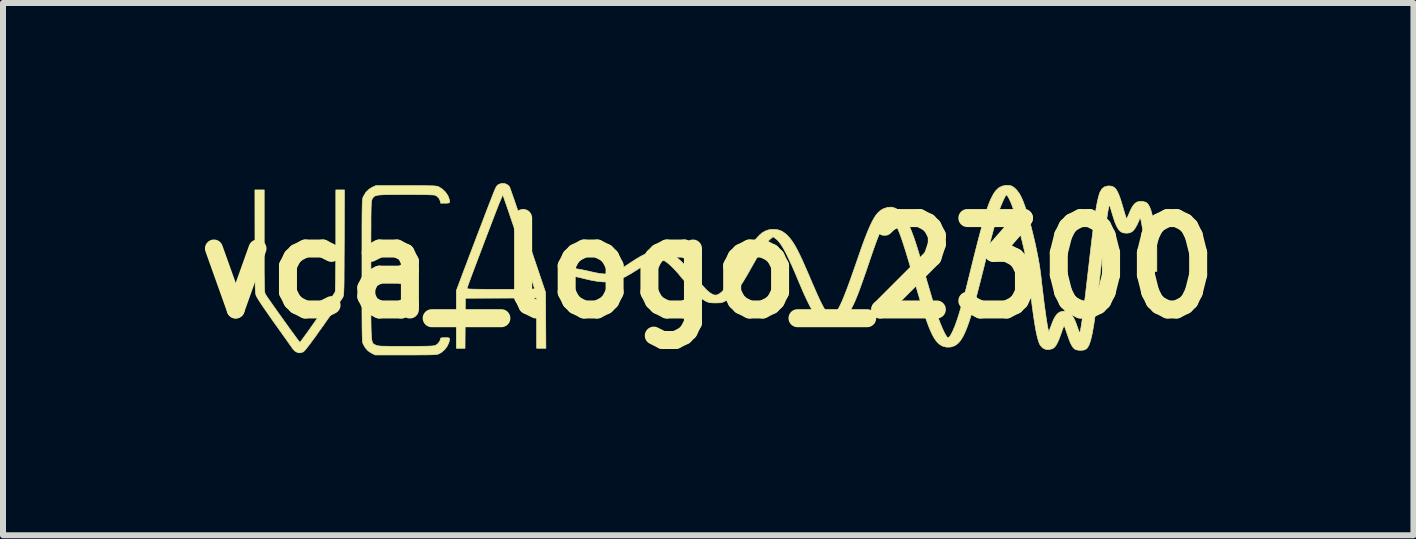
<source format=kicad_pcb>
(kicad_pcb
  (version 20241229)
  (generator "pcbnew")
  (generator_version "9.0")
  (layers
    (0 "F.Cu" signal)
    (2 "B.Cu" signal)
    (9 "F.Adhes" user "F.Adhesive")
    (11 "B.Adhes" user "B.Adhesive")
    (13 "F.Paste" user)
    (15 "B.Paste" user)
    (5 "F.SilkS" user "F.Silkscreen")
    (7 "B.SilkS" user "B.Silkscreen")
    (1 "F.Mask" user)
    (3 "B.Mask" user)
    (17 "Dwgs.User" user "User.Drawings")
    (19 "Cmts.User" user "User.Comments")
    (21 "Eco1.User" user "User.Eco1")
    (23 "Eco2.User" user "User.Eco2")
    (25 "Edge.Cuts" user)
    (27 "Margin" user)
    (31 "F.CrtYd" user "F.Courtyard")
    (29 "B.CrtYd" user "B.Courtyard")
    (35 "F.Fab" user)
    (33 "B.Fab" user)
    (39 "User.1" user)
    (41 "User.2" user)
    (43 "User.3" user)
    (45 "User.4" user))
  (footprint "vca_logo_2300"
    (layer "F.Cu")
    (at 8.752 1.418)
    (property "Reference" "vca_logo_2300" (at 0 0 0) (layer "F.SilkS") (effects (font (size 1.524 1.524) (thickness 0.3))))
    (attr through_hole)
    (fp_poly (pts (xy -3.356 -1.396) (xy -3.32 -1.367) (xy -3.309 -1.35) (xy -3.303 -1.335) (xy -3.291 -1.301) (xy -3.273 -1.249) (xy -3.249 -1.181) (xy -3.22 -1.098) (xy -3.188 -1.003) (xy -3.151 -0.896) (xy -3.112 -0.78) (xy -3.069 -0.656) (xy -3.025 -0.525) (xy -3.002 -0.458) (xy -2.711 0.403) (xy -2.708 0.87) (xy -2.705 1.336) (xy -2.86 1.336) (xy -2.86 0.497) (xy -4.047 0.502) (xy -4.05 0.919) (xy -4.053 1.336) (xy -4.197 1.336) (xy -4.197 0.374) (xy -4.184 0.34) (xy -4.02 0.34) (xy -4.015 0.343) (xy -4.001 0.346) (xy -3.976 0.348) (xy -3.938 0.35) (xy -3.886 0.351) (xy -3.819 0.352) (xy -3.734 0.353) (xy -3.631 0.353) (xy -3.508 0.353) (xy -3.457 0.353) (xy -3.347 0.353) (xy -3.245 0.353) (xy -3.152 0.352) (xy -3.07 0.351) (xy -3.001 0.35) (xy -2.948 0.349) (xy -2.911 0.347) (xy -2.894 0.346) (xy -2.893 0.345) (xy -2.897 0.333) (xy -2.907 0.302) (xy -2.922 0.254) (xy -2.943 0.191) (xy -2.968 0.116) (xy -2.997 0.029) (xy -3.029 -0.066) (xy -3.064 -0.168) (xy -3.1 -0.276) (xy -3.137 -0.386) (xy -3.175 -0.497) (xy -3.212 -0.607) (xy -3.248 -0.713) (xy -3.283 -0.815) (xy -3.315 -0.91) (xy -3.344 -0.995) (xy -3.37 -1.07) (xy -3.391 -1.131) (xy -3.407 -1.178) (xy -3.418 -1.207) (xy -3.422 -1.217) (xy -3.428 -1.209) (xy -3.44 -1.183) (xy -3.458 -1.14) (xy -3.482 -1.084) (xy -3.509 -1.016) (xy -3.539 -0.939) (xy -3.566 -0.869) (xy -3.626 -0.712) (xy -3.684 -0.561) (xy -3.739 -0.417) (xy -3.79 -0.281) (xy -3.838 -0.156) (xy -3.881 -0.041) (xy -3.919 0.06) (xy -3.952 0.148) (xy -3.979 0.221) (xy -3.999 0.278) (xy -4.013 0.317) (xy -4.019 0.337) (xy -4.02 0.34) (xy -4.184 0.34) (xy -4.093 0.096) (xy -4.063 0.016) (xy -4.026 -0.08) (xy -3.985 -0.19) (xy -3.939 -0.31) (xy -3.891 -0.437) (xy -3.842 -0.566) (xy -3.792 -0.696) (xy -3.744 -0.822) (xy -3.699 -0.941) (xy -3.657 -1.049) (xy -3.62 -1.144) (xy -3.59 -1.222) (xy -3.589 -1.224) (xy -3.565 -1.284) (xy -3.546 -1.328) (xy -3.531 -1.357) (xy -3.516 -1.376) (xy -3.502 -1.389) (xy -3.497 -1.392) (xy -3.45 -1.41) (xy -3.401 -1.411) (xy -3.356 -1.396)) (stroke (width 0.01) (type solid)) (fill yes) (layer "F.SilkS"))
    (fp_poly (pts (xy -7.399 -0.45) (xy -7.399 -0.293) (xy -7.399 -0.156) (xy -7.399 -0.038) (xy -7.399 0.062) (xy -7.398 0.146) (xy -7.397 0.216) (xy -7.397 0.273) (xy -7.395 0.318) (xy -7.394 0.353) (xy -7.392 0.38) (xy -7.39 0.4) (xy -7.387 0.414) (xy -7.384 0.425) (xy -7.381 0.433) (xy -7.377 0.44) (xy -7.362 0.462) (xy -7.338 0.498) (xy -7.304 0.546) (xy -7.264 0.603) (xy -7.218 0.668) (xy -7.169 0.738) (xy -7.117 0.81) (xy -7.064 0.884) (xy -7.012 0.956) (xy -6.963 1.025) (xy -6.917 1.087) (xy -6.878 1.141) (xy -6.845 1.186) (xy -6.821 1.217) (xy -6.808 1.234) (xy -6.805 1.237) (xy -6.796 1.228) (xy -6.777 1.203) (xy -6.748 1.164) (xy -6.711 1.113) (xy -6.668 1.054) (xy -6.62 0.986) (xy -6.569 0.914) (xy -6.516 0.839) (xy -6.463 0.763) (xy -6.412 0.689) (xy -6.363 0.618) (xy -6.319 0.553) (xy -6.281 0.497) (xy -6.25 0.45) (xy -6.229 0.417) (xy -6.218 0.397) (xy -6.217 0.395) (xy -6.215 0.378) (xy -6.213 0.34) (xy -6.212 0.283) (xy -6.21 0.208) (xy -6.209 0.117) (xy -6.208 0.011) (xy -6.207 -0.108) (xy -6.207 -0.239) (xy -6.206 -0.38) (xy -6.206 -0.472) (xy -6.206 -1.303) (xy -6.062 -1.303) (xy -6.065 -0.428) (xy -6.066 -0.268) (xy -6.067 -0.129) (xy -6.067 -0.009) (xy -6.068 0.093) (xy -6.068 0.18) (xy -6.069 0.251) (xy -6.07 0.31) (xy -6.072 0.357) (xy -6.073 0.394) (xy -6.075 0.423) (xy -6.077 0.444) (xy -6.08 0.46) (xy -6.083 0.472) (xy -6.087 0.481) (xy -6.09 0.489) (xy -6.101 0.506) (xy -6.124 0.539) (xy -6.156 0.587) (xy -6.197 0.646) (xy -6.245 0.715) (xy -6.3 0.793) (xy -6.359 0.876) (xy -6.415 0.957) (xy -6.489 1.059) (xy -6.55 1.146) (xy -6.602 1.216) (xy -6.644 1.273) (xy -6.678 1.317) (xy -6.704 1.35) (xy -6.725 1.374) (xy -6.74 1.389) (xy -6.752 1.397) (xy -6.755 1.398) (xy -6.795 1.411) (xy -6.829 1.41) (xy -6.866 1.396) (xy -6.896 1.375) (xy -6.92 1.349) (xy -6.92 1.349) (xy -6.93 1.334) (xy -6.952 1.303) (xy -6.984 1.258) (xy -7.024 1.201) (xy -7.072 1.134) (xy -7.125 1.059) (xy -7.183 0.978) (xy -7.227 0.917) (xy -7.302 0.81) (xy -7.368 0.715) (xy -7.425 0.633) (xy -7.47 0.565) (xy -7.504 0.512) (xy -7.525 0.475) (xy -7.534 0.458) (xy -7.537 0.447) (xy -7.54 0.433) (xy -7.543 0.416) (xy -7.545 0.393) (xy -7.547 0.364) (xy -7.549 0.326) (xy -7.55 0.279) (xy -7.551 0.22) (xy -7.552 0.148) (xy -7.552 0.062) (xy -7.553 -0.04) (xy -7.553 -0.16) (xy -7.553 -0.299) (xy -7.553 -0.45) (xy -7.554 -1.303) (xy -7.399 -1.303) (xy -7.399 -0.45)) (stroke (width 0.01) (type solid)) (fill yes) (layer "F.SilkS"))
    (fp_poly (pts (xy -4.916 -1.375) (xy -4.817 -1.375) (xy -4.736 -1.374) (xy -4.67 -1.373) (xy -4.619 -1.372) (xy -4.579 -1.371) (xy -4.549 -1.368) (xy -4.527 -1.366) (xy -4.511 -1.362) (xy -4.498 -1.358) (xy -4.491 -1.355) (xy -4.431 -1.317) (xy -4.378 -1.266) (xy -4.339 -1.208) (xy -4.329 -1.186) (xy -4.313 -1.139) (xy -4.307 -1.109) (xy -4.313 -1.092) (xy -4.333 -1.084) (xy -4.369 -1.082) (xy -4.383 -1.082) (xy -4.459 -1.082) (xy -4.466 -1.119) (xy -4.485 -1.162) (xy -4.523 -1.199) (xy -4.546 -1.213) (xy -4.562 -1.217) (xy -4.596 -1.22) (xy -4.648 -1.222) (xy -4.719 -1.224) (xy -4.81 -1.225) (xy -4.922 -1.226) (xy -5.038 -1.226) (xy -5.159 -1.226) (xy -5.259 -1.225) (xy -5.342 -1.225) (xy -5.408 -1.223) (xy -5.461 -1.22) (xy -5.501 -1.216) (xy -5.531 -1.21) (xy -5.553 -1.202) (xy -5.569 -1.192) (xy -5.582 -1.18) (xy -5.592 -1.165) (xy -5.601 -1.148) (xy -5.604 -1.141) (xy -5.607 -1.132) (xy -5.61 -1.121) (xy -5.612 -1.104) (xy -5.614 -1.083) (xy -5.615 -1.054) (xy -5.617 -1.017) (xy -5.618 -0.97) (xy -5.619 -0.913) (xy -5.62 -0.844) (xy -5.62 -0.761) (xy -5.62 -0.663) (xy -5.621 -0.55) (xy -5.621 -0.419) (xy -5.621 -0.27) (xy -5.621 -0.101) (xy -5.621 0.037) (xy -5.621 0.226) (xy -5.621 0.394) (xy -5.621 0.543) (xy -5.621 0.673) (xy -5.621 0.787) (xy -5.62 0.884) (xy -5.619 0.967) (xy -5.617 1.037) (xy -5.615 1.094) (xy -5.612 1.141) (xy -5.609 1.178) (xy -5.604 1.207) (xy -5.599 1.228) (xy -5.593 1.244) (xy -5.586 1.255) (xy -5.578 1.263) (xy -5.569 1.269) (xy -5.558 1.274) (xy -5.546 1.28) (xy -5.543 1.282) (xy -5.531 1.287) (xy -5.518 1.291) (xy -5.502 1.295) (xy -5.479 1.297) (xy -5.449 1.3) (xy -5.408 1.301) (xy -5.355 1.302) (xy -5.287 1.303) (xy -5.203 1.303) (xy -5.1 1.303) (xy -5.041 1.303) (xy -4.924 1.303) (xy -4.827 1.303) (xy -4.747 1.302) (xy -4.684 1.301) (xy -4.636 1.299) (xy -4.599 1.297) (xy -4.572 1.294) (xy -4.554 1.29) (xy -4.544 1.287) (xy -4.512 1.266) (xy -4.484 1.234) (xy -4.466 1.199) (xy -4.462 1.179) (xy -4.459 1.169) (xy -4.447 1.163) (xy -4.421 1.16) (xy -4.384 1.16) (xy -4.342 1.16) (xy -4.318 1.165) (xy -4.309 1.178) (xy -4.312 1.204) (xy -4.323 1.244) (xy -4.351 1.303) (xy -4.393 1.359) (xy -4.445 1.404) (xy -4.478 1.423) (xy -4.49 1.429) (xy -4.503 1.433) (xy -4.518 1.437) (xy -4.538 1.44) (xy -4.565 1.442) (xy -4.6 1.444) (xy -4.647 1.445) (xy -4.706 1.446) (xy -4.78 1.446) (xy -4.871 1.447) (xy -4.981 1.447) (xy -5.039 1.447) (xy -5.551 1.447) (xy -5.608 1.418) (xy -5.668 1.379) (xy -5.715 1.327) (xy -5.747 1.27) (xy -5.751 1.262) (xy -5.754 1.253) (xy -5.757 1.243) (xy -5.759 1.23) (xy -5.762 1.212) (xy -5.763 1.189) (xy -5.765 1.158) (xy -5.766 1.12) (xy -5.767 1.072) (xy -5.768 1.013) (xy -5.769 0.943) (xy -5.769 0.859) (xy -5.77 0.76) (xy -5.77 0.646) (xy -5.77 0.514) (xy -5.77 0.364) (xy -5.77 0.194) (xy -5.77 0.039) (xy -5.77 -0.148) (xy -5.77 -0.315) (xy -5.77 -0.461) (xy -5.77 -0.59) (xy -5.77 -0.701) (xy -5.769 -0.797) (xy -5.769 -0.879) (xy -5.768 -0.947) (xy -5.767 -1.004) (xy -5.766 -1.05) (xy -5.765 -1.087) (xy -5.763 -1.116) (xy -5.761 -1.138) (xy -5.759 -1.155) (xy -5.756 -1.168) (xy -5.753 -1.178) (xy -5.75 -1.186) (xy -5.747 -1.193) (xy -5.703 -1.266) (xy -5.645 -1.32) (xy -5.596 -1.349) (xy -5.538 -1.375) (xy -5.036 -1.375) (xy -4.916 -1.375)) (stroke (width 0.01) (type solid)) (fill yes) (layer "F.SilkS"))
    (fp_poly (pts (xy 5.029 -1.376) (xy 5.061 -1.366) (xy 5.101 -1.34) (xy 5.143 -1.298) (xy 5.183 -1.245) (xy 5.211 -1.195) (xy 5.243 -1.125) (xy 5.276 -1.037) (xy 5.311 -0.932) (xy 5.346 -0.816) (xy 5.381 -0.689) (xy 5.414 -0.557) (xy 5.446 -0.422) (xy 5.475 -0.286) (xy 5.501 -0.154) (xy 5.523 -0.028) (xy 5.539 0.089) (xy 5.544 0.127) (xy 5.559 0.263) (xy 5.575 0.394) (xy 5.59 0.518) (xy 5.604 0.633) (xy 5.619 0.737) (xy 5.632 0.829) (xy 5.644 0.908) (xy 5.655 0.971) (xy 5.664 1.018) (xy 5.671 1.045) (xy 5.676 1.053) (xy 5.677 1.053) (xy 5.684 1.039) (xy 5.696 1.009) (xy 5.711 0.969) (xy 5.72 0.944) (xy 5.752 0.864) (xy 5.785 0.803) (xy 5.819 0.76) (xy 5.857 0.733) (xy 5.9 0.72) (xy 5.931 0.718) (xy 5.978 0.724) (xy 6.018 0.742) (xy 6.054 0.775) (xy 6.088 0.825) (xy 6.12 0.893) (xy 6.152 0.981) (xy 6.167 1.024) (xy 6.18 1.057) (xy 6.189 1.076) (xy 6.191 1.079) (xy 6.197 1.063) (xy 6.205 1.026) (xy 6.215 0.969) (xy 6.227 0.891) (xy 6.241 0.795) (xy 6.256 0.68) (xy 6.273 0.548) (xy 6.291 0.399) (xy 6.31 0.234) (xy 6.331 0.054) (xy 6.345 -0.065) (xy 6.367 -0.259) (xy 6.387 -0.431) (xy 6.406 -0.584) (xy 6.423 -0.719) (xy 6.439 -0.837) (xy 6.455 -0.938) (xy 6.469 -1.026) (xy 6.483 -1.099) (xy 6.497 -1.161) (xy 6.51 -1.211) (xy 6.523 -1.252) (xy 6.531 -1.271) (xy 6.563 -1.323) (xy 6.606 -1.355) (xy 6.66 -1.369) (xy 6.672 -1.369) (xy 6.711 -1.367) (xy 6.744 -1.357) (xy 6.774 -1.338) (xy 6.8 -1.308) (xy 6.825 -1.264) (xy 6.85 -1.206) (xy 6.876 -1.13) (xy 6.905 -1.035) (xy 6.909 -1.022) (xy 6.926 -0.962) (xy 6.942 -0.909) (xy 6.955 -0.866) (xy 6.964 -0.839) (xy 6.968 -0.83) (xy 6.975 -0.832) (xy 6.988 -0.853) (xy 7.005 -0.891) (xy 7.04 -0.971) (xy 7.073 -1.032) (xy 7.106 -1.073) (xy 7.139 -1.098) (xy 7.14 -1.099) (xy 7.189 -1.112) (xy 7.243 -1.111) (xy 7.292 -1.097) (xy 7.304 -1.09) (xy 7.329 -1.066) (xy 7.353 -1.026) (xy 7.375 -0.971) (xy 7.396 -0.898) (xy 7.417 -0.807) (xy 7.437 -0.695) (xy 7.448 -0.626) (xy 7.458 -0.56) (xy 7.465 -0.501) (xy 7.471 -0.445) (xy 7.474 -0.385) (xy 7.476 -0.316) (xy 7.476 -0.233) (xy 7.476 -0.195) (xy 7.476 0.055) (xy 7.405 0.055) (xy 7.366 0.055) (xy 7.344 0.051) (xy 7.333 0.044) (xy 7.328 0.03) (xy 7.326 0.013) (xy 7.321 -0.023) (xy 7.314 -0.075) (xy 7.306 -0.139) (xy 7.297 -0.211) (xy 7.289 -0.276) (xy 7.273 -0.401) (xy 7.258 -0.513) (xy 7.244 -0.611) (xy 7.231 -0.693) (xy 7.22 -0.757) (xy 7.21 -0.803) (xy 7.202 -0.829) (xy 7.199 -0.833) (xy 7.191 -0.835) (xy 7.189 -0.826) (xy 7.185 -0.809) (xy 7.172 -0.778) (xy 7.154 -0.738) (xy 7.145 -0.72) (xy 7.111 -0.66) (xy 7.078 -0.62) (xy 7.041 -0.595) (xy 6.998 -0.584) (xy 6.968 -0.583) (xy 6.927 -0.586) (xy 6.892 -0.597) (xy 6.861 -0.618) (xy 6.833 -0.651) (xy 6.806 -0.698) (xy 6.78 -0.76) (xy 6.752 -0.841) (xy 6.726 -0.927) (xy 6.712 -0.974) (xy 6.699 -1.013) (xy 6.691 -1.039) (xy 6.687 -1.047) (xy 6.682 -1.042) (xy 6.675 -1.019) (xy 6.666 -0.975) (xy 6.655 -0.913) (xy 6.643 -0.83) (xy 6.629 -0.727) (xy 6.614 -0.604) (xy 6.596 -0.459) (xy 6.577 -0.294) (xy 6.555 -0.107) (xy 6.543 0) (xy 6.52 0.201) (xy 6.5 0.38) (xy 6.48 0.54) (xy 6.462 0.682) (xy 6.445 0.806) (xy 6.43 0.914) (xy 6.414 1.008) (xy 6.4 1.087) (xy 6.385 1.153) (xy 6.371 1.208) (xy 6.356 1.253) (xy 6.342 1.289) (xy 6.326 1.316) (xy 6.31 1.337) (xy 6.293 1.352) (xy 6.292 1.352) (xy 6.259 1.365) (xy 6.214 1.37) (xy 6.166 1.368) (xy 6.124 1.358) (xy 6.103 1.346) (xy 6.079 1.322) (xy 6.056 1.287) (xy 6.032 1.237) (xy 6.006 1.17) (xy 5.979 1.091) (xy 5.962 1.041) (xy 5.948 1) (xy 5.937 0.972) (xy 5.931 0.961) (xy 5.931 0.961) (xy 5.925 0.971) (xy 5.914 0.997) (xy 5.899 1.037) (xy 5.882 1.086) (xy 5.881 1.089) (xy 5.85 1.174) (xy 5.822 1.239) (xy 5.795 1.288) (xy 5.769 1.32) (xy 5.742 1.34) (xy 5.737 1.343) (xy 5.676 1.358) (xy 5.62 1.353) (xy 5.571 1.328) (xy 5.533 1.285) (xy 5.523 1.267) (xy 5.507 1.227) (xy 5.491 1.174) (xy 5.474 1.106) (xy 5.457 1.023) (xy 5.44 0.923) (xy 5.422 0.805) (xy 5.403 0.669) (xy 5.383 0.514) (xy 5.362 0.338) (xy 5.351 0.244) (xy 5.333 0.098) (xy 5.314 -0.033) (xy 5.296 -0.149) (xy 5.278 -0.246) (xy 5.273 -0.269) (xy 5.247 -0.382) (xy 5.219 -0.498) (xy 5.191 -0.611) (xy 5.163 -0.719) (xy 5.136 -0.818) (xy 5.111 -0.904) (xy 5.089 -0.972) (xy 5.085 -0.983) (xy 5.062 -1.047) (xy 5.038 -1.105) (xy 5.015 -1.154) (xy 4.995 -1.192) (xy 4.978 -1.214) (xy 4.968 -1.219) (xy 4.955 -1.204) (xy 4.937 -1.172) (xy 4.915 -1.126) (xy 4.891 -1.07) (xy 4.866 -1.009) (xy 4.864 -1.004) (xy 4.848 -0.96) (xy 4.831 -0.909) (xy 4.812 -0.85) (xy 4.792 -0.781) (xy 4.77 -0.701) (xy 4.745 -0.609) (xy 4.716 -0.502) (xy 4.685 -0.379) (xy 4.649 -0.24) (xy 4.61 -0.081) (xy 4.579 0.044) (xy 4.531 0.235) (xy 4.487 0.405) (xy 4.447 0.557) (xy 4.409 0.69) (xy 4.375 0.806) (xy 4.342 0.907) (xy 4.311 0.993) (xy 4.281 1.066) (xy 4.252 1.127) (xy 4.223 1.178) (xy 4.194 1.219) (xy 4.165 1.251) (xy 4.134 1.276) (xy 4.104 1.294) (xy 4.041 1.315) (xy 3.973 1.317) (xy 3.909 1.301) (xy 3.884 1.289) (xy 3.853 1.268) (xy 3.824 1.242) (xy 3.796 1.209) (xy 3.767 1.168) (xy 3.739 1.118) (xy 3.71 1.057) (xy 3.679 0.984) (xy 3.647 0.898) (xy 3.612 0.797) (xy 3.574 0.68) (xy 3.533 0.545) (xy 3.488 0.392) (xy 3.438 0.219) (xy 3.433 0.204) (xy 3.387 0.045) (xy 3.347 -0.094) (xy 3.31 -0.216) (xy 3.278 -0.321) (xy 3.249 -0.411) (xy 3.223 -0.489) (xy 3.199 -0.556) (xy 3.177 -0.612) (xy 3.156 -0.661) (xy 3.149 -0.677) (xy 3.122 -0.733) (xy 3.093 -0.784) (xy 3.067 -0.827) (xy 3.045 -0.857) (xy 3.028 -0.872) (xy 3.025 -0.872) (xy 3.013 -0.863) (xy 2.993 -0.838) (xy 2.969 -0.801) (xy 2.941 -0.755) (xy 2.914 -0.705) (xy 2.889 -0.655) (xy 2.877 -0.629) (xy 2.857 -0.582) (xy 2.837 -0.535) (xy 2.817 -0.484) (xy 2.796 -0.428) (xy 2.772 -0.362) (xy 2.745 -0.285) (xy 2.713 -0.192) (xy 2.677 -0.086) (xy 2.631 0.05) (xy 2.59 0.167) (xy 2.555 0.267) (xy 2.524 0.352) (xy 2.497 0.425) (xy 2.472 0.487) (xy 2.45 0.54) (xy 2.438 0.568) (xy 2.383 0.68) (xy 2.329 0.771) (xy 2.276 0.843) (xy 2.221 0.895) (xy 2.163 0.93) (xy 2.103 0.947) (xy 2.066 0.95) (xy 2.013 0.946) (xy 1.964 0.935) (xy 1.917 0.914) (xy 1.873 0.882) (xy 1.828 0.839) (xy 1.784 0.782) (xy 1.738 0.711) (xy 1.69 0.625) (xy 1.639 0.521) (xy 1.583 0.399) (xy 1.523 0.258) (xy 1.507 0.221) (xy 1.446 0.076) (xy 1.391 -0.05) (xy 1.341 -0.157) (xy 1.297 -0.248) (xy 1.256 -0.323) (xy 1.219 -0.384) (xy 1.184 -0.432) (xy 1.152 -0.469) (xy 1.12 -0.495) (xy 1.118 -0.497) (xy 1.082 -0.522) (xy 1.044 -0.493) (xy 1.01 -0.462) (xy 0.972 -0.419) (xy 0.93 -0.361) (xy 0.882 -0.289) (xy 0.827 -0.2) (xy 0.766 -0.093) (xy 0.724 -0.019) (xy 0.654 0.106) (xy 0.591 0.211) (xy 0.534 0.3) (xy 0.481 0.373) (xy 0.431 0.432) (xy 0.384 0.48) (xy 0.336 0.517) (xy 0.296 0.542) (xy 0.262 0.56) (xy 0.234 0.571) (xy 0.205 0.577) (xy 0.168 0.579) (xy 0.121 0.58) (xy 0.07 0.579) (xy 0.032 0.576) (xy 0.002 0.569) (xy -0.028 0.557) (xy -0.049 0.547) (xy -0.104 0.512) (xy -0.168 0.46) (xy -0.241 0.388) (xy -0.325 0.297) (xy -0.418 0.187) (xy -0.423 0.182) (xy -0.504 0.085) (xy -0.576 0.006) (xy -0.639 -0.055) (xy -0.695 -0.101) (xy -0.745 -0.132) (xy -0.791 -0.15) (xy -0.829 -0.154) (xy -0.862 -0.151) (xy -0.901 -0.139) (xy -0.948 -0.118) (xy -1.005 -0.087) (xy -1.075 -0.044) (xy -1.161 0.011) (xy -1.174 0.02) (xy -1.286 0.09) (xy -1.385 0.146) (xy -1.478 0.187) (xy -1.567 0.214) (xy -1.656 0.228) (xy -1.749 0.23) (xy -1.85 0.22) (xy -1.964 0.199) (xy -2.059 0.177) (xy -2.121 0.162) (xy -2.178 0.149) (xy -2.225 0.139) (xy -2.258 0.133) (xy -2.269 0.132) (xy -2.311 0.13) (xy -2.336 0.122) (xy -2.349 0.103) (xy -2.352 0.07) (xy -2.352 0.058) (xy -2.352 -0.003) (xy -2.261 0.003) (xy -2.219 0.007) (xy -2.162 0.017) (xy -2.095 0.029) (xy -2.024 0.044) (xy -1.977 0.055) (xy -1.883 0.076) (xy -1.804 0.091) (xy -1.735 0.097) (xy -1.673 0.095) (xy -1.613 0.084) (xy -1.551 0.062) (xy -1.485 0.029) (xy -1.409 -0.015) (xy -1.321 -0.073) (xy -1.302 -0.086) (xy -1.205 -0.149) (xy -1.122 -0.198) (xy -1.049 -0.235) (xy -0.985 -0.261) (xy -0.925 -0.277) (xy -0.867 -0.285) (xy -0.808 -0.284) (xy -0.801 -0.284) (xy -0.738 -0.276) (xy -0.679 -0.262) (xy -0.623 -0.239) (xy -0.566 -0.207) (xy -0.508 -0.164) (xy -0.445 -0.108) (xy -0.377 -0.039) (xy -0.301 0.047) (xy -0.214 0.149) (xy -0.21 0.155) (xy -0.152 0.225) (xy -0.104 0.28) (xy -0.066 0.323) (xy -0.034 0.357) (xy -0.006 0.383) (xy 0.021 0.405) (xy 0.048 0.424) (xy 0.094 0.447) (xy 0.135 0.45) (xy 0.177 0.433) (xy 0.195 0.421) (xy 0.225 0.397) (xy 0.255 0.367) (xy 0.288 0.328) (xy 0.323 0.279) (xy 0.364 0.219) (xy 0.41 0.145) (xy 0.462 0.056) (xy 0.523 -0.05) (xy 0.562 -0.119) (xy 0.632 -0.24) (xy 0.694 -0.343) (xy 0.751 -0.427) (xy 0.804 -0.496) (xy 0.854 -0.55) (xy 0.902 -0.59) (xy 0.951 -0.618) (xy 1 -0.636) (xy 1.053 -0.645) (xy 1.088 -0.646) (xy 1.161 -0.639) (xy 1.226 -0.616) (xy 1.286 -0.575) (xy 1.32 -0.544) (xy 1.354 -0.507) (xy 1.386 -0.467) (xy 1.418 -0.42) (xy 1.451 -0.366) (xy 1.486 -0.302) (xy 1.524 -0.225) (xy 1.567 -0.135) (xy 1.614 -0.028) (xy 1.669 0.097) (xy 1.677 0.116) (xy 1.729 0.239) (xy 1.775 0.343) (xy 1.813 0.431) (xy 1.847 0.505) (xy 1.875 0.565) (xy 1.901 0.615) (xy 1.923 0.657) (xy 1.944 0.691) (xy 1.965 0.72) (xy 1.986 0.747) (xy 2.008 0.772) (xy 2.009 0.773) (xy 2.054 0.823) (xy 2.1 0.773) (xy 2.124 0.743) (xy 2.149 0.708) (xy 2.175 0.665) (xy 2.201 0.614) (xy 2.23 0.552) (xy 2.261 0.478) (xy 2.295 0.391) (xy 2.334 0.288) (xy 2.377 0.169) (xy 2.425 0.032) (xy 2.469 -0.094) (xy 2.523 -0.25) (xy 2.571 -0.387) (xy 2.615 -0.505) (xy 2.655 -0.607) (xy 2.692 -0.693) (xy 2.726 -0.765) (xy 2.758 -0.825) (xy 2.789 -0.874) (xy 2.82 -0.913) (xy 2.851 -0.944) (xy 2.883 -0.968) (xy 2.917 -0.988) (xy 2.921 -0.99) (xy 2.992 -1.013) (xy 3.059 -1.016) (xy 3.123 -0.997) (xy 3.183 -0.956) (xy 3.241 -0.894) (xy 3.296 -0.81) (xy 3.328 -0.75) (xy 3.352 -0.698) (xy 3.376 -0.643) (xy 3.399 -0.584) (xy 3.424 -0.518) (xy 3.449 -0.444) (xy 3.477 -0.358) (xy 3.507 -0.26) (xy 3.541 -0.146) (xy 3.579 -0.015) (xy 3.618 0.121) (xy 3.648 0.226) (xy 3.679 0.331) (xy 3.709 0.433) (xy 3.737 0.529) (xy 3.763 0.614) (xy 3.785 0.687) (xy 3.803 0.742) (xy 3.806 0.75) (xy 3.836 0.837) (xy 3.867 0.92) (xy 3.898 0.994) (xy 3.927 1.058) (xy 3.953 1.108) (xy 3.975 1.142) (xy 3.983 1.151) (xy 3.997 1.161) (xy 4.008 1.159) (xy 4.022 1.142) (xy 4.029 1.132) (xy 4.057 1.086) (xy 4.085 1.027) (xy 4.115 0.954) (xy 4.147 0.865) (xy 4.181 0.759) (xy 4.217 0.636) (xy 4.256 0.495) (xy 4.299 0.334) (xy 4.344 0.152) (xy 4.357 0.099) (xy 4.405 -0.097) (xy 4.449 -0.273) (xy 4.489 -0.43) (xy 4.526 -0.57) (xy 4.559 -0.693) (xy 4.589 -0.801) (xy 4.617 -0.895) (xy 4.643 -0.977) (xy 4.668 -1.048) (xy 4.691 -1.108) (xy 4.714 -1.16) (xy 4.737 -1.205) (xy 4.759 -1.244) (xy 4.782 -1.277) (xy 4.795 -1.294) (xy 4.842 -1.338) (xy 4.901 -1.367) (xy 4.965 -1.38) (xy 5.029 -1.376)) (stroke (width 0.01) (type solid)) (fill yes) (layer "F.SilkS")))
  (gr_rect
    (start -3 -3)
    (end 20.504 5.87)
    (stroke (width 0.1) (type default))
    (fill no)
    (layer "Edge.Cuts")))
</source>
